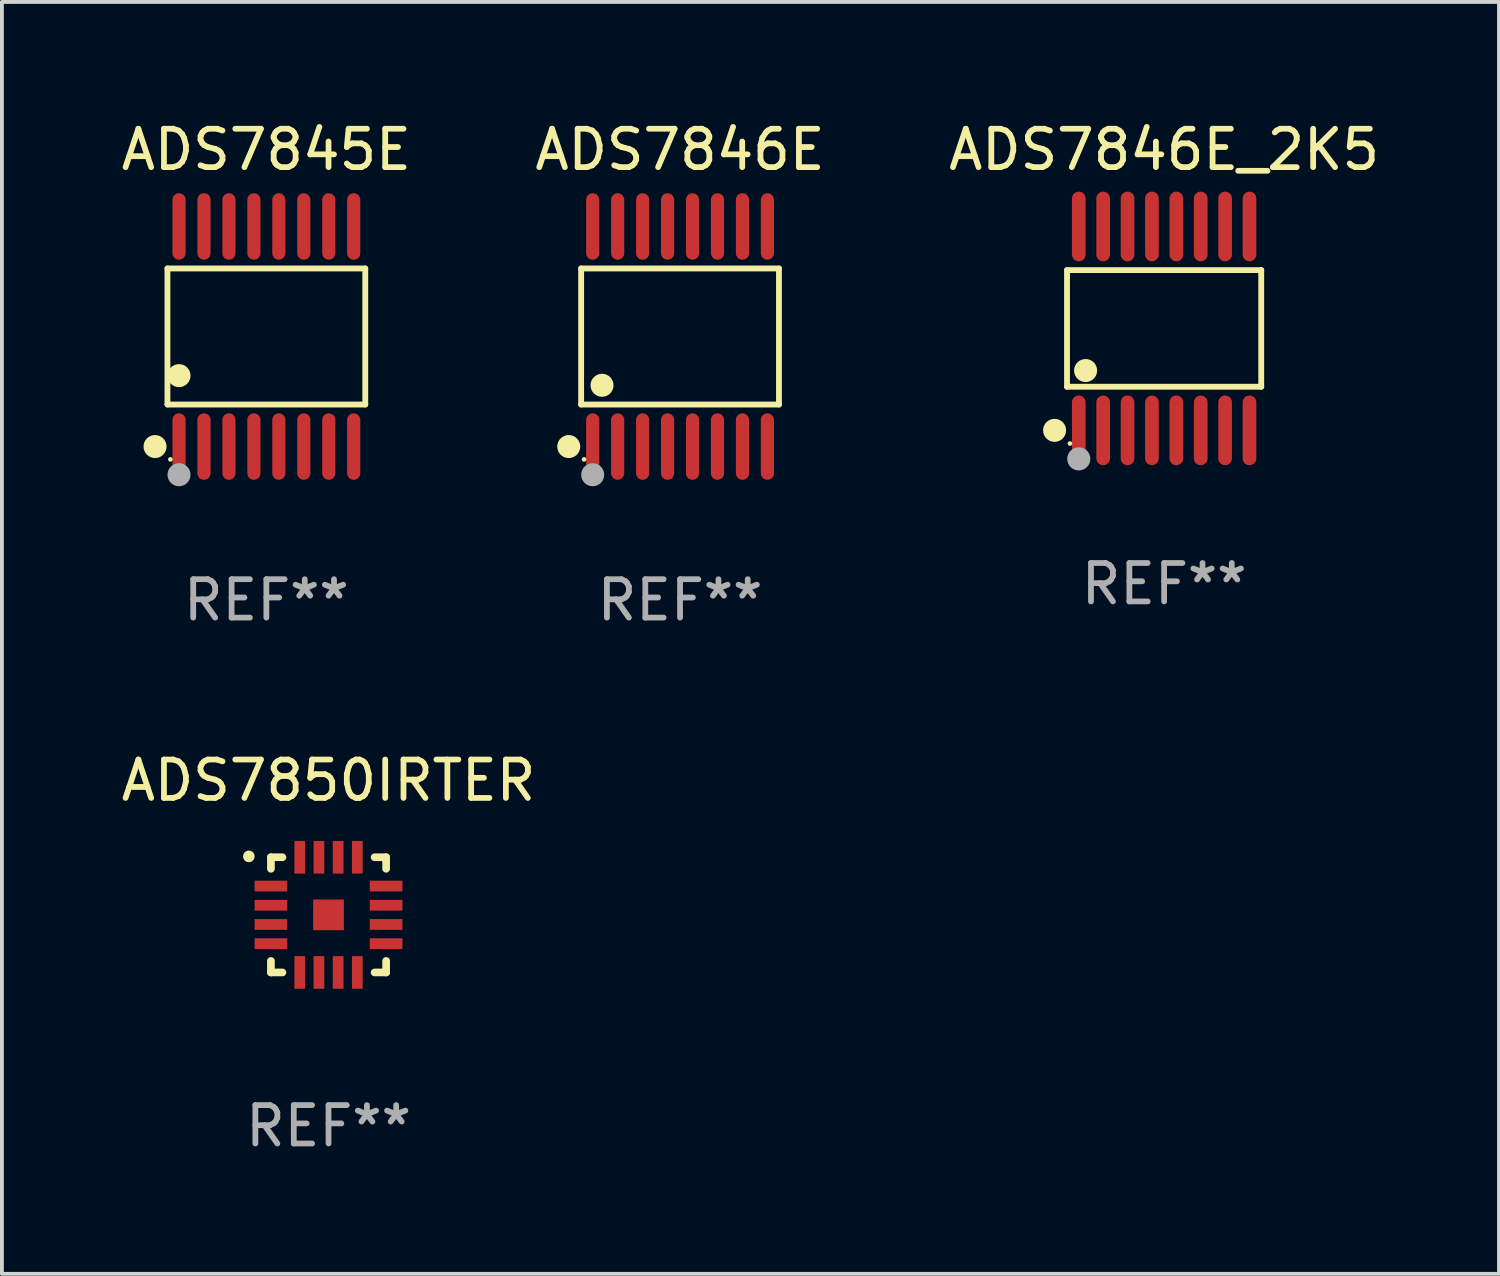
<source format=kicad_pcb>
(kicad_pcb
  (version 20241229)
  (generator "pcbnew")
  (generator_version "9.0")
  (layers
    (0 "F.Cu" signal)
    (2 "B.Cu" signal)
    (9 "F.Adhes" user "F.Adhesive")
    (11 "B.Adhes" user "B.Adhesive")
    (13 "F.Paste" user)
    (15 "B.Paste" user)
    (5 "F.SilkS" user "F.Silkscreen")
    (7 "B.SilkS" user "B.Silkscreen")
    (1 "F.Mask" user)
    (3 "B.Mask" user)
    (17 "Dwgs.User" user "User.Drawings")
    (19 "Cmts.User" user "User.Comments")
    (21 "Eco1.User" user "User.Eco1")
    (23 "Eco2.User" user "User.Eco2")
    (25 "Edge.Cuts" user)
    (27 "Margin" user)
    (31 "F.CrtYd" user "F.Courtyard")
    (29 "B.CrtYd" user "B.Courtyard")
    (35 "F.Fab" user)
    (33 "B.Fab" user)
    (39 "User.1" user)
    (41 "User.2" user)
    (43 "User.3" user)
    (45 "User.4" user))
  (footprint "ADS7846E"
    (layer "F.Cu")
    (at 14.661 5.714)
    (property "Reference" "ADS7846E" (at 0 -4.866 0) (layer "F.SilkS") (effects (font (size 1 1) (thickness 0.15))))
    (attr through_hole)
    (fp_line (start -2.576 -1.772) (end 2.576 -1.772) (stroke (width 0.152) (type solid)) (layer "F.SilkS"))
    (fp_line (start -2.576 1.771) (end -2.576 -1.772) (stroke (width 0.152) (type solid)) (layer "F.SilkS"))
    (fp_line (start 2.576 -1.772) (end 2.576 1.771) (stroke (width 0.152) (type solid)) (layer "F.SilkS"))
    (fp_line (start 2.576 1.771) (end -2.576 1.771) (stroke (width 0.152) (type solid)) (layer "F.SilkS"))
    (fp_circle (center -2.899 2.866) (end -2.749 2.866) (stroke (width 0.3) (type solid)) (fill no) (layer "F.SilkS"))
    (fp_circle (center -2.5 3.2) (end -2.47 3.2) (stroke (width 0.06) (type solid)) (fill no) (layer "F.SilkS"))
    (fp_circle (center -2.032 1.27) (end -1.882 1.27) (stroke (width 0.3) (type solid)) (fill no) (layer "F.SilkS"))
    (fp_circle (center -2.275 3.6) (end -2.125 3.6) (stroke (width 0.3) (type solid)) (fill no) (layer "F.Fab"))
    (fp_text user "REF**" (at 0 6.866 0) (layer "F.Fab") (effects (font (size 1 1) (thickness 0.15))))
    (pad "1" smd oval (at -2.275 2.866) (size 0.343 1.731) (layers "F.Cu" "F.Mask" "F.Paste"))
    (pad "2" smd oval (at -1.625 2.866) (size 0.343 1.731) (layers "F.Cu" "F.Mask" "F.Paste"))
    (pad "3" smd oval (at -0.975 2.866) (size 0.343 1.731) (layers "F.Cu" "F.Mask" "F.Paste"))
    (pad "4" smd oval (at -0.325 2.866) (size 0.343 1.731) (layers "F.Cu" "F.Mask" "F.Paste"))
    (pad "5" smd oval (at 0.325 2.866) (size 0.343 1.731) (layers "F.Cu" "F.Mask" "F.Paste"))
    (pad "6" smd oval (at 0.975 2.866) (size 0.343 1.731) (layers "F.Cu" "F.Mask" "F.Paste"))
    (pad "7" smd oval (at 1.625 2.866) (size 0.343 1.731) (layers "F.Cu" "F.Mask" "F.Paste"))
    (pad "8" smd oval (at 2.275 2.866) (size 0.343 1.731) (layers "F.Cu" "F.Mask" "F.Paste"))
    (pad "9" smd oval (at 2.275 -2.866) (size 0.343 1.731) (layers "F.Cu" "F.Mask" "F.Paste"))
    (pad "10" smd oval (at 1.625 -2.866) (size 0.343 1.731) (layers "F.Cu" "F.Mask" "F.Paste"))
    (pad "11" smd oval (at 0.975 -2.866) (size 0.343 1.731) (layers "F.Cu" "F.Mask" "F.Paste"))
    (pad "12" smd oval (at 0.325 -2.866) (size 0.343 1.731) (layers "F.Cu" "F.Mask" "F.Paste"))
    (pad "13" smd oval (at -0.325 -2.866) (size 0.343 1.731) (layers "F.Cu" "F.Mask" "F.Paste"))
    (pad "14" smd oval (at -0.975 -2.866) (size 0.343 1.731) (layers "F.Cu" "F.Mask" "F.Paste"))
    (pad "15" smd oval (at -1.625 -2.866) (size 0.343 1.731) (layers "F.Cu" "F.Mask" "F.Paste"))
    (pad "16" smd oval (at -2.275 -2.866) (size 0.343 1.731) (layers "F.Cu" "F.Mask" "F.Paste")))
  (footprint "ADS7845E"
    (layer "F.Cu")
    (at 3.887 5.714)
    (property "Reference" "ADS7845E" (at 0 -4.866 0) (layer "F.SilkS") (effects (font (size 1 1) (thickness 0.15))))
    (attr through_hole)
    (fp_line (start -2.576 -1.772) (end 2.576 -1.772) (stroke (width 0.152) (type solid)) (layer "F.SilkS"))
    (fp_line (start -2.576 1.771) (end -2.576 -1.772) (stroke (width 0.152) (type solid)) (layer "F.SilkS"))
    (fp_line (start 2.576 -1.772) (end 2.576 1.771) (stroke (width 0.152) (type solid)) (layer "F.SilkS"))
    (fp_line (start 2.576 1.771) (end -2.576 1.771) (stroke (width 0.152) (type solid)) (layer "F.SilkS"))
    (fp_circle (center -2.899 2.866) (end -2.749 2.866) (stroke (width 0.3) (type solid)) (fill no) (layer "F.SilkS"))
    (fp_circle (center -2.5 3.2) (end -2.47 3.2) (stroke (width 0.06) (type solid)) (fill no) (layer "F.SilkS"))
    (fp_circle (center -2.275 1.019) (end -2.125 1.019) (stroke (width 0.3) (type solid)) (fill no) (layer "F.SilkS"))
    (fp_circle (center -2.275 3.6) (end -2.125 3.6) (stroke (width 0.3) (type solid)) (fill no) (layer "F.Fab"))
    (fp_text user "REF**" (at 0 6.866 0) (layer "F.Fab") (effects (font (size 1 1) (thickness 0.15))))
    (pad "1" smd oval (at -2.275 2.866) (size 0.343 1.731) (layers "F.Cu" "F.Mask" "F.Paste"))
    (pad "2" smd oval (at -1.625 2.866) (size 0.343 1.731) (layers "F.Cu" "F.Mask" "F.Paste"))
    (pad "3" smd oval (at -0.975 2.866) (size 0.343 1.731) (layers "F.Cu" "F.Mask" "F.Paste"))
    (pad "4" smd oval (at -0.325 2.866) (size 0.343 1.731) (layers "F.Cu" "F.Mask" "F.Paste"))
    (pad "5" smd oval (at 0.325 2.866) (size 0.343 1.731) (layers "F.Cu" "F.Mask" "F.Paste"))
    (pad "6" smd oval (at 0.975 2.866) (size 0.343 1.731) (layers "F.Cu" "F.Mask" "F.Paste"))
    (pad "7" smd oval (at 1.625 2.866) (size 0.343 1.731) (layers "F.Cu" "F.Mask" "F.Paste"))
    (pad "8" smd oval (at 2.275 2.866) (size 0.343 1.731) (layers "F.Cu" "F.Mask" "F.Paste"))
    (pad "9" smd oval (at 2.275 -2.866) (size 0.343 1.731) (layers "F.Cu" "F.Mask" "F.Paste"))
    (pad "10" smd oval (at 1.625 -2.866) (size 0.343 1.731) (layers "F.Cu" "F.Mask" "F.Paste"))
    (pad "11" smd oval (at 0.975 -2.866) (size 0.343 1.731) (layers "F.Cu" "F.Mask" "F.Paste"))
    (pad "12" smd oval (at 0.325 -2.866) (size 0.343 1.731) (layers "F.Cu" "F.Mask" "F.Paste"))
    (pad "13" smd oval (at -0.325 -2.866) (size 0.343 1.731) (layers "F.Cu" "F.Mask" "F.Paste"))
    (pad "14" smd oval (at -0.975 -2.866) (size 0.343 1.731) (layers "F.Cu" "F.Mask" "F.Paste"))
    (pad "15" smd oval (at -1.625 -2.866) (size 0.343 1.731) (layers "F.Cu" "F.Mask" "F.Paste"))
    (pad "16" smd oval (at -2.275 -2.866) (size 0.343 1.731) (layers "F.Cu" "F.Mask" "F.Paste")))
  (footprint "ADS7850IRTER"
    (layer "F.Cu")
    (at 5.506 20.776)
    (property "Reference" "ADS7850IRTER" (at 0 -3.5 0) (layer "F.SilkS") (effects (font (size 1 1) (thickness 0.15))))
    (attr through_hole)
    (fp_line (start -1.5 -1.5) (end -1.2 -1.5) (stroke (width 0.2) (type solid)) (layer "F.SilkS"))
    (fp_line (start -1.5 -1.2) (end -1.5 -1.5) (stroke (width 0.2) (type solid)) (layer "F.SilkS"))
    (fp_line (start -1.5 1.5) (end -1.5 1.2) (stroke (width 0.2) (type solid)) (layer "F.SilkS"))
    (fp_line (start -1.2 1.5) (end -1.5 1.5) (stroke (width 0.2) (type solid)) (layer "F.SilkS"))
    (fp_line (start 1.2 -1.5) (end 1.5 -1.5) (stroke (width 0.2) (type solid)) (layer "F.SilkS"))
    (fp_line (start 1.5 -1.5) (end 1.5 -1.2) (stroke (width 0.2) (type solid)) (layer "F.SilkS"))
    (fp_line (start 1.5 1.2) (end 1.5 1.5) (stroke (width 0.2) (type solid)) (layer "F.SilkS"))
    (fp_line (start 1.5 1.5) (end 1.2 1.5) (stroke (width 0.2) (type solid)) (layer "F.SilkS"))
    (fp_arc (start -2.075146 -1.521425) (mid -2.075151 -1.522695) (end -2.075146 -1.523965) (stroke (width 0.3) (type solid)) (layer "F.SilkS"))
    (fp_text user "REF**" (at 0 5.5 0) (layer "F.Fab") (effects (font (size 1 1) (thickness 0.15))))
    (pad "1" smd rect (at -1.5 -0.75 90) (size 0.28 0.85) (layers "F.Cu" "F.Mask" "F.Paste"))
    (pad "2" smd rect (at -1.5 -0.25 90) (size 0.28 0.85) (layers "F.Cu" "F.Mask" "F.Paste"))
    (pad "3" smd rect (at -1.5 0.25 90) (size 0.28 0.85) (layers "F.Cu" "F.Mask" "F.Paste"))
    (pad "4" smd rect (at -1.5 0.75 90) (size 0.28 0.85) (layers "F.Cu" "F.Mask" "F.Paste"))
    (pad "5" smd rect (at -0.75 1.5) (size 0.28 0.85) (layers "F.Cu" "F.Mask" "F.Paste"))
    (pad "6" smd rect (at -0.25 1.5) (size 0.28 0.85) (layers "F.Cu" "F.Mask" "F.Paste"))
    (pad "7" smd rect (at 0.25 1.5) (size 0.28 0.85) (layers "F.Cu" "F.Mask" "F.Paste"))
    (pad "8" smd rect (at 0.75 1.5) (size 0.28 0.85) (layers "F.Cu" "F.Mask" "F.Paste"))
    (pad "9" smd rect (at 1.5 0.75 90) (size 0.28 0.85) (layers "F.Cu" "F.Mask" "F.Paste"))
    (pad "10" smd rect (at 1.5 0.25 90) (size 0.28 0.85) (layers "F.Cu" "F.Mask" "F.Paste"))
    (pad "11" smd rect (at 1.5 -0.25 90) (size 0.28 0.85) (layers "F.Cu" "F.Mask" "F.Paste"))
    (pad "12" smd rect (at 1.5 -0.75 90) (size 0.28 0.85) (layers "F.Cu" "F.Mask" "F.Paste"))
    (pad "13" smd rect (at 0.75 -1.5) (size 0.28 0.85) (layers "F.Cu" "F.Mask" "F.Paste"))
    (pad "14" smd rect (at 0.25 -1.5) (size 0.28 0.85) (layers "F.Cu" "F.Mask" "F.Paste"))
    (pad "15" smd rect (at -0.25 -1.5) (size 0.28 0.85) (layers "F.Cu" "F.Mask" "F.Paste"))
    (pad "16" smd rect (at -0.75 -1.5) (size 0.28 0.85) (layers "F.Cu" "F.Mask" "F.Paste"))
    (pad "17" smd rect (at 0.000114 0.000114) (size 0.8 0.8) (layers "F.Cu" "F.Mask" "F.Paste")))
  (footprint "ADS7846E_2K5"
    (layer "F.Cu")
    (at 27.268 5.503)
    (property "Reference" "ADS7846E_2K5" (at 0 -4.655 0) (layer "F.SilkS") (effects (font (size 1 1) (thickness 0.15))))
    (attr through_hole)
    (fp_line (start -2.529 -1.519) (end 2.529 -1.519) (stroke (width 0.152) (type solid)) (layer "F.SilkS"))
    (fp_line (start -2.529 1.519) (end -2.529 -1.519) (stroke (width 0.152) (type solid)) (layer "F.SilkS"))
    (fp_line (start 2.529 -1.519) (end 2.529 1.519) (stroke (width 0.152) (type solid)) (layer "F.SilkS"))
    (fp_line (start 2.529 1.519) (end -2.529 1.519) (stroke (width 0.152) (type solid)) (layer "F.SilkS"))
    (fp_circle (center -2.853 2.655) (end -2.703 2.655) (stroke (width 0.3) (type solid)) (fill no) (layer "F.SilkS"))
    (fp_circle (center -2.453 2.998) (end -2.423 2.998) (stroke (width 0.06) (type solid)) (fill no) (layer "F.SilkS"))
    (fp_circle (center -2.045 1.097) (end -1.895 1.097) (stroke (width 0.3) (type solid)) (fill no) (layer "F.SilkS"))
    (fp_circle (center -2.223 3.398) (end -2.072 3.398) (stroke (width 0.3) (type solid)) (fill no) (layer "F.Fab"))
    (fp_text user "REF**" (at 0 6.655 0) (layer "F.Fab") (effects (font (size 1 1) (thickness 0.15))))
    (pad "1" smd oval (at -2.223 2.655) (size 0.356 1.815) (layers "F.Cu" "F.Mask" "F.Paste"))
    (pad "2" smd oval (at -1.588 2.655) (size 0.356 1.815) (layers "F.Cu" "F.Mask" "F.Paste"))
    (pad "3" smd oval (at -0.953 2.655) (size 0.356 1.815) (layers "F.Cu" "F.Mask" "F.Paste"))
    (pad "4" smd oval (at -0.318 2.655) (size 0.356 1.815) (layers "F.Cu" "F.Mask" "F.Paste"))
    (pad "5" smd oval (at 0.318 2.655) (size 0.356 1.815) (layers "F.Cu" "F.Mask" "F.Paste"))
    (pad "6" smd oval (at 0.953 2.655) (size 0.356 1.815) (layers "F.Cu" "F.Mask" "F.Paste"))
    (pad "7" smd oval (at 1.588 2.655) (size 0.356 1.815) (layers "F.Cu" "F.Mask" "F.Paste"))
    (pad "8" smd oval (at 2.223 2.655) (size 0.356 1.815) (layers "F.Cu" "F.Mask" "F.Paste"))
    (pad "9" smd oval (at 2.223 -2.655) (size 0.356 1.815) (layers "F.Cu" "F.Mask" "F.Paste"))
    (pad "10" smd oval (at 1.588 -2.655) (size 0.356 1.815) (layers "F.Cu" "F.Mask" "F.Paste"))
    (pad "11" smd oval (at 0.953 -2.655) (size 0.356 1.815) (layers "F.Cu" "F.Mask" "F.Paste"))
    (pad "12" smd oval (at 0.318 -2.655) (size 0.356 1.815) (layers "F.Cu" "F.Mask" "F.Paste"))
    (pad "13" smd oval (at -0.318 -2.655) (size 0.356 1.815) (layers "F.Cu" "F.Mask" "F.Paste"))
    (pad "14" smd oval (at -0.953 -2.655) (size 0.356 1.815) (layers "F.Cu" "F.Mask" "F.Paste"))
    (pad "15" smd oval (at -1.588 -2.655) (size 0.356 1.815) (layers "F.Cu" "F.Mask" "F.Paste"))
    (pad "16" smd oval (at -2.223 -2.655) (size 0.356 1.815) (layers "F.Cu" "F.Mask" "F.Paste")))
  (gr_rect
    (start -3 -3)
    (end 35.988 30.125)
    (stroke (width 0.1) (type default))
    (fill no)
    (layer "Edge.Cuts")))
</source>
